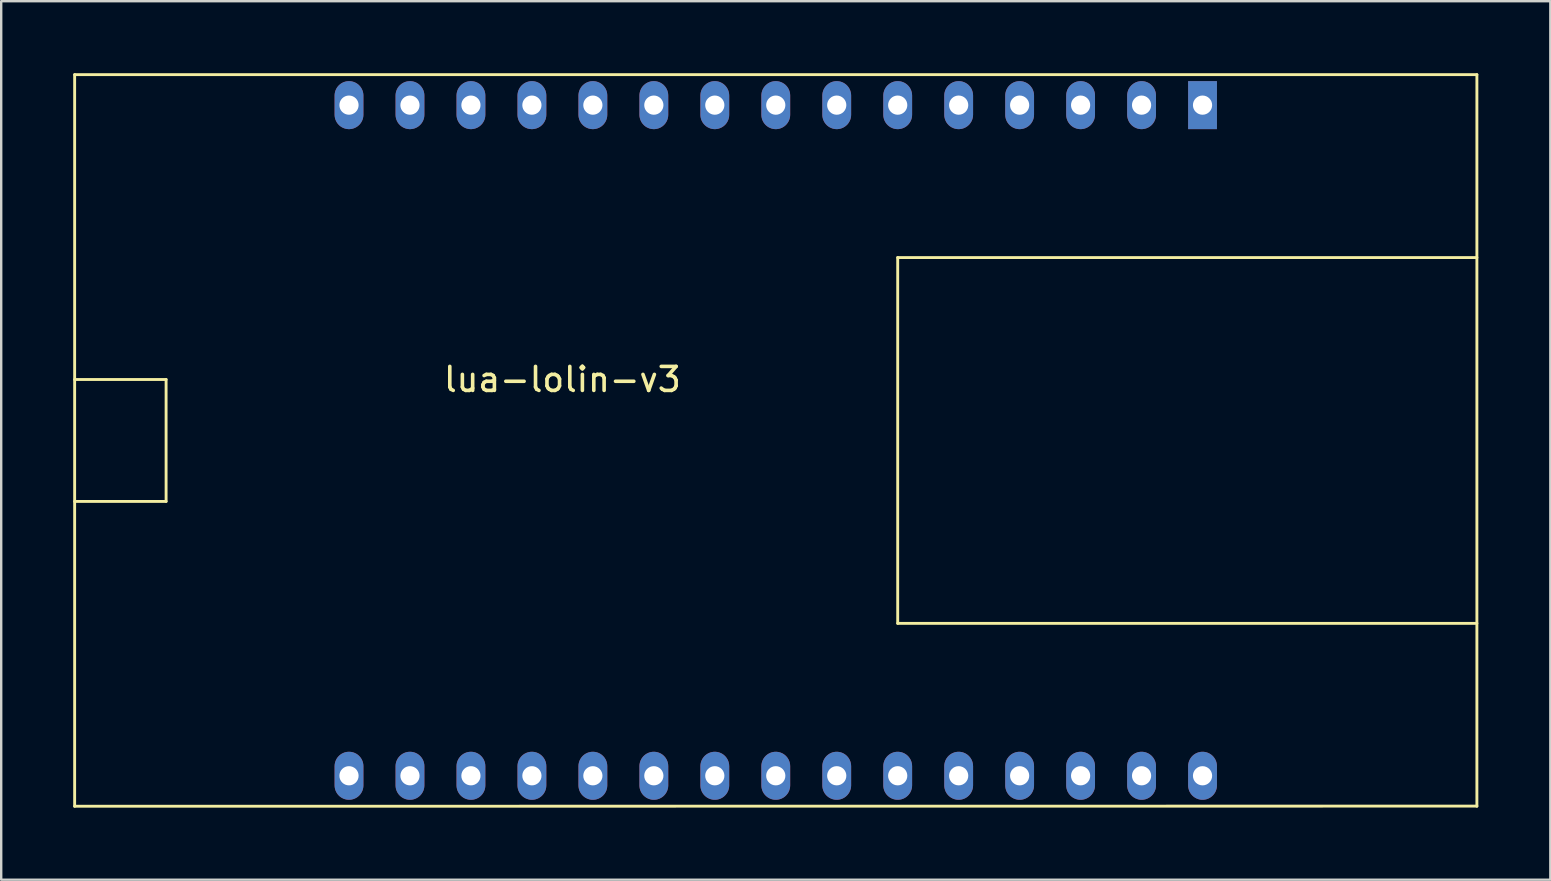
<source format=kicad_pcb>
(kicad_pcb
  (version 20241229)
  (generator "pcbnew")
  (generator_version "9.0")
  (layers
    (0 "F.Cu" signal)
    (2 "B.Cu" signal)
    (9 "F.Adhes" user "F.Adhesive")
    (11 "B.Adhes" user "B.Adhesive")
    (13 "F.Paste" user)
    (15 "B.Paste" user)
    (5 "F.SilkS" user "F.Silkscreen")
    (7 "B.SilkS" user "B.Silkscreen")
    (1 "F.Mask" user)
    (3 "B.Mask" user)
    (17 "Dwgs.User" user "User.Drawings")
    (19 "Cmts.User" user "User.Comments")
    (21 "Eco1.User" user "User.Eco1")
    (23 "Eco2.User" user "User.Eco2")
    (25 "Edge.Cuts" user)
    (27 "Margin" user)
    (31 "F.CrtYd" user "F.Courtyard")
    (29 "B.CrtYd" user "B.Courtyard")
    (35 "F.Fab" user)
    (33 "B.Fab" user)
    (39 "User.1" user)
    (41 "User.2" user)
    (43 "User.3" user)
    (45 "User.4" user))
  (footprint "lua-lolin-v3"
    (layer "F.Cu")
    (at 29.27 15.3)
    (property "Reference" "lua-lolin-v3" (at -8.89 -2.54 0) (layer "F.SilkS") (effects (font (size 1 1) (thickness 0.15))))
    (attr through_hole)
    (fp_line (start -29.21 -15.24) (end -29.21 15.24) (stroke (width 0.12) (type solid)) (layer "F.SilkS"))
    (fp_line (start -29.21 -2.54) (end -25.4 -2.54) (stroke (width 0.12) (type solid)) (layer "F.SilkS"))
    (fp_line (start -29.21 15.24) (end 29.21 15.234) (stroke (width 0.12) (type solid)) (layer "F.SilkS"))
    (fp_line (start -25.4 -2.54) (end -25.4 2.54) (stroke (width 0.12) (type solid)) (layer "F.SilkS"))
    (fp_line (start -25.4 2.54) (end -29.21 2.54) (stroke (width 0.12) (type solid)) (layer "F.SilkS"))
    (fp_line (start 5.08 -7.62) (end 5.08 7.62) (stroke (width 0.12) (type solid)) (layer "F.SilkS"))
    (fp_line (start 5.08 7.62) (end 29.21 7.62) (stroke (width 0.12) (type solid)) (layer "F.SilkS"))
    (fp_line (start 29.21 -15.24) (end -29.21 -15.24) (stroke (width 0.12) (type solid)) (layer "F.SilkS"))
    (fp_line (start 29.21 -7.62) (end 5.08 -7.62) (stroke (width 0.12) (type solid)) (layer "F.SilkS"))
    (fp_line (start 29.21 15.24) (end 29.21 -15.24) (stroke (width 0.12) (type solid)) (layer "F.SilkS"))
    (pad "1" thru_hole rect (at 17.78 -13.97) (size 1.2 2) (drill 0.8) (layers "*.Cu" "*.Mask"))
    (pad "2" thru_hole oval (at 15.24 -13.97) (size 1.2 2) (drill 0.8) (layers "*.Cu" "*.Mask"))
    (pad "3" thru_hole oval (at 12.7 -13.97) (size 1.2 2) (drill 0.8) (layers "*.Cu" "*.Mask"))
    (pad "4" thru_hole oval (at 10.16 -13.97) (size 1.2 2) (drill 0.8) (layers "*.Cu" "*.Mask"))
    (pad "5" thru_hole oval (at 7.62 -13.97) (size 1.2 2) (drill 0.8) (layers "*.Cu" "*.Mask"))
    (pad "6" thru_hole oval (at 5.08 -13.97) (size 1.2 2) (drill 0.8) (layers "*.Cu" "*.Mask"))
    (pad "7" thru_hole oval (at 2.54 -13.97) (size 1.2 2) (drill 0.8) (layers "*.Cu" "*.Mask"))
    (pad "8" thru_hole oval (at 0 -13.97) (size 1.2 2) (drill 0.8) (layers "*.Cu" "*.Mask"))
    (pad "9" thru_hole oval (at -2.54 -13.97) (size 1.2 2) (drill 0.8) (layers "*.Cu" "*.Mask"))
    (pad "10" thru_hole oval (at -5.08 -13.97) (size 1.2 2) (drill 0.8) (layers "*.Cu" "*.Mask"))
    (pad "11" thru_hole oval (at -7.62 -13.97) (size 1.2 2) (drill 0.8) (layers "*.Cu" "*.Mask"))
    (pad "12" thru_hole oval (at -10.16 -13.97) (size 1.2 2) (drill 0.8) (layers "*.Cu" "*.Mask"))
    (pad "13" thru_hole oval (at -12.7 -13.97) (size 1.2 2) (drill 0.8) (layers "*.Cu" "*.Mask"))
    (pad "14" thru_hole oval (at -15.24 -13.97) (size 1.2 2) (drill 0.8) (layers "*.Cu" "*.Mask"))
    (pad "15" thru_hole oval (at -17.78 -13.97) (size 1.2 2) (drill 0.8) (layers "*.Cu" "*.Mask"))
    (pad "16" thru_hole oval (at -17.78 13.97) (size 1.2 2) (drill 0.8) (layers "*.Cu" "*.Mask"))
    (pad "17" thru_hole oval (at -15.24 13.97) (size 1.2 2) (drill 0.8) (layers "*.Cu" "*.Mask"))
    (pad "18" thru_hole oval (at -12.7 13.97) (size 1.2 2) (drill 0.8) (layers "*.Cu" "*.Mask"))
    (pad "19" thru_hole oval (at -10.16 13.97) (size 1.2 2) (drill 0.8) (layers "*.Cu" "*.Mask"))
    (pad "20" thru_hole oval (at -7.62 13.97) (size 1.2 2) (drill 0.8) (layers "*.Cu" "*.Mask"))
    (pad "21" thru_hole oval (at -5.08 13.97) (size 1.2 2) (drill 0.8) (layers "*.Cu" "*.Mask"))
    (pad "22" thru_hole oval (at -2.54 13.97) (size 1.2 2) (drill 0.8) (layers "*.Cu" "*.Mask"))
    (pad "23" thru_hole oval (at 0 13.97) (size 1.2 2) (drill 0.8) (layers "*.Cu" "*.Mask"))
    (pad "24" thru_hole oval (at 2.54 13.97) (size 1.2 2) (drill 0.8) (layers "*.Cu" "*.Mask"))
    (pad "25" thru_hole oval (at 5.08 13.97) (size 1.2 2) (drill 0.8) (layers "*.Cu" "*.Mask"))
    (pad "26" thru_hole oval (at 7.62 13.97) (size 1.2 2) (drill 0.8) (layers "*.Cu" "*.Mask"))
    (pad "27" thru_hole oval (at 10.16 13.97) (size 1.2 2) (drill 0.8) (layers "*.Cu" "*.Mask"))
    (pad "28" thru_hole oval (at 12.7 13.97) (size 1.2 2) (drill 0.8) (layers "*.Cu" "*.Mask"))
    (pad "29" thru_hole oval (at 15.24 13.97) (size 1.2 2) (drill 0.8) (layers "*.Cu" "*.Mask"))
    (pad "30" thru_hole oval (at 17.78 13.97) (size 1.2 2) (drill 0.8) (layers "*.Cu" "*.Mask")))
  (gr_rect
    (start -3 -3)
    (end 61.54 33.6)
    (stroke (width 0.1) (type default))
    (fill no)
    (layer "Edge.Cuts")))
</source>
